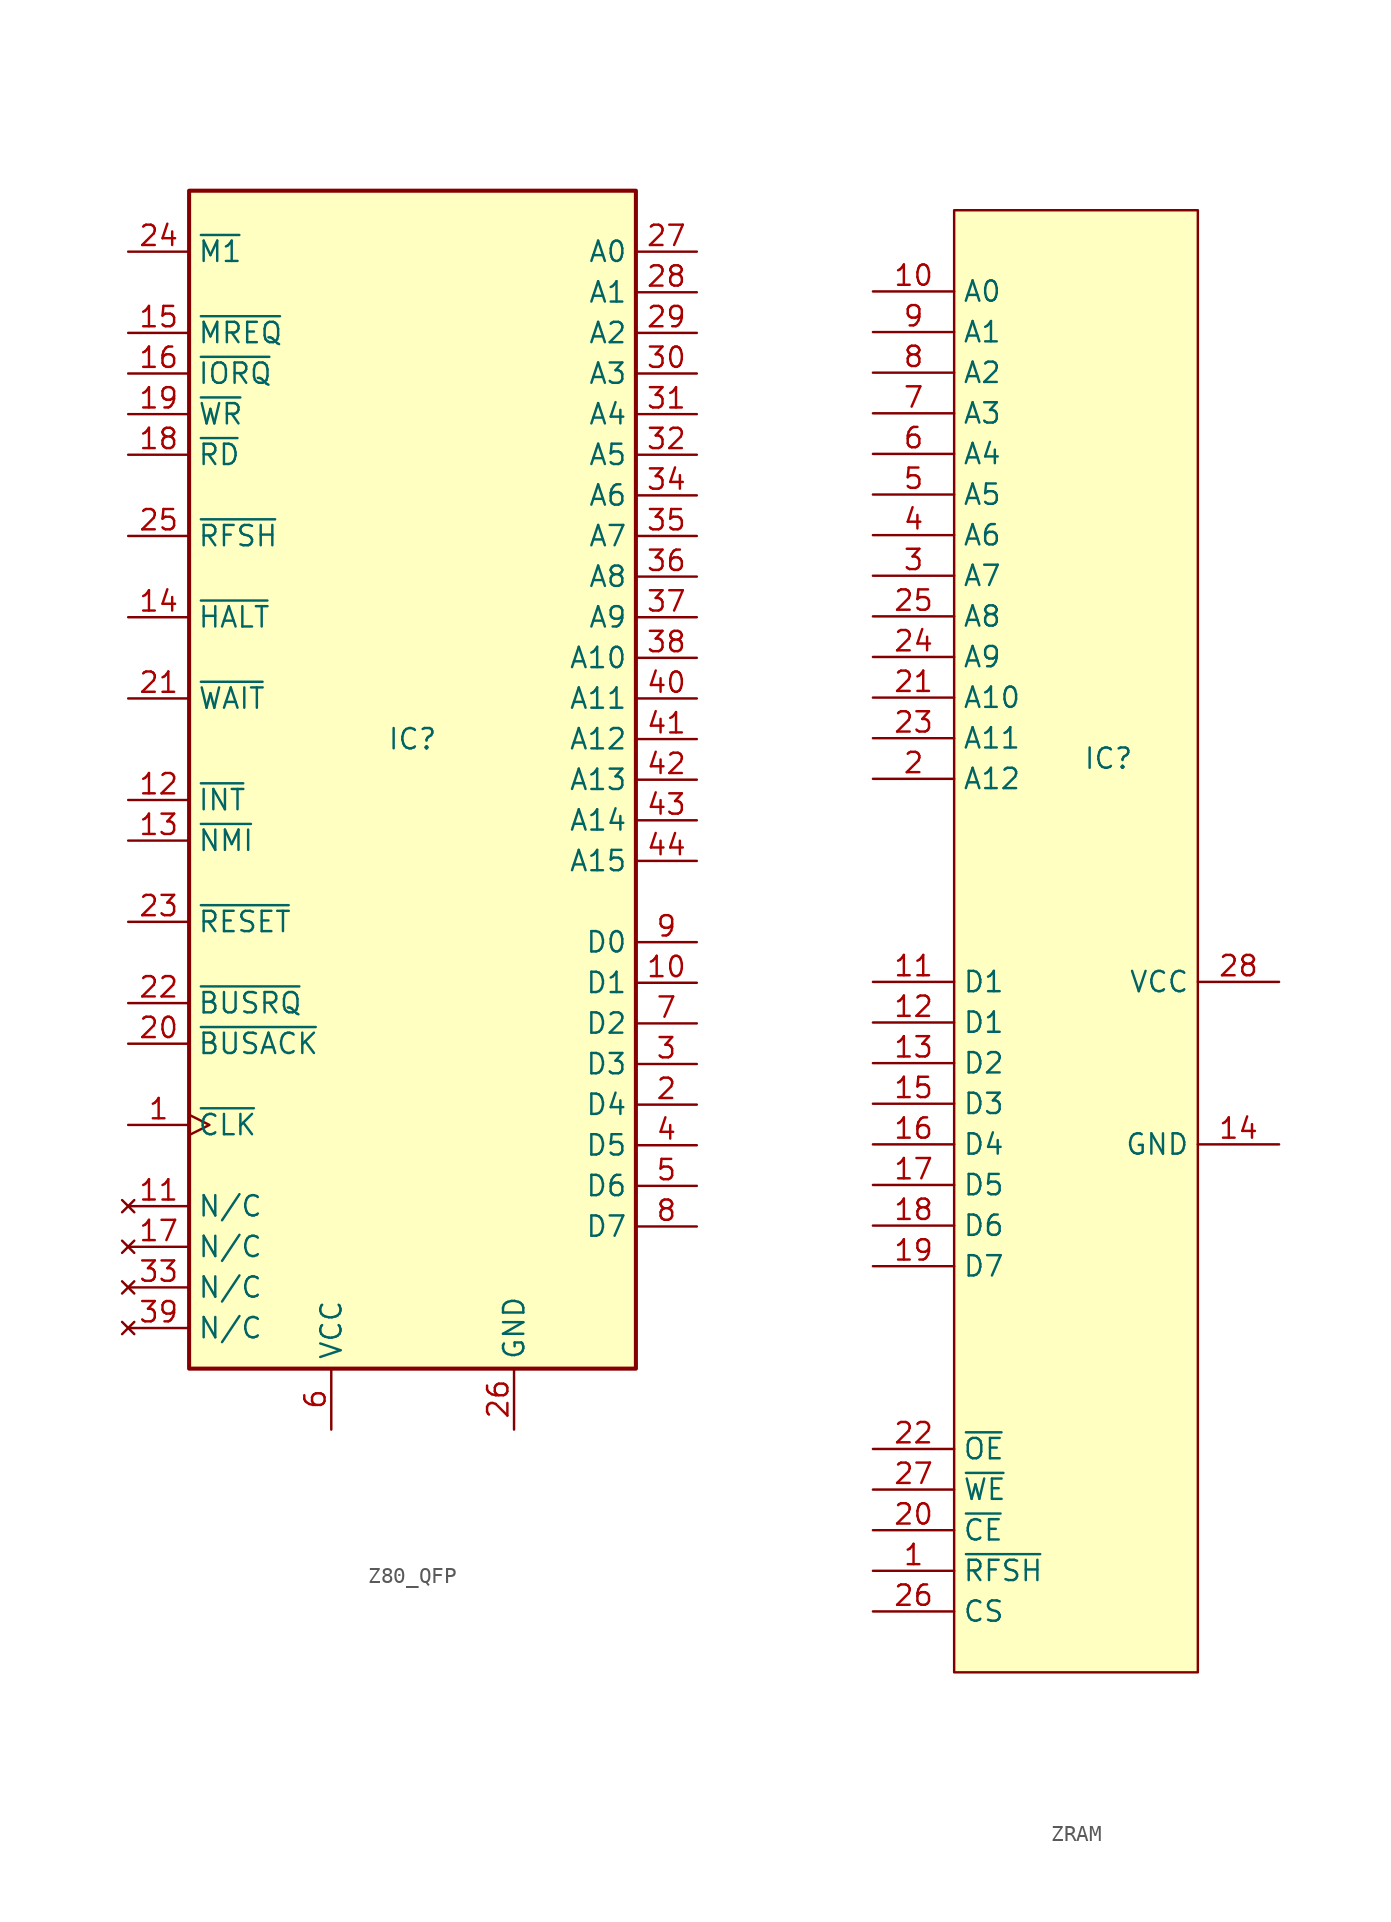
<source format=kicad_sym>
(kicad_symbol_lib
  (version 20241209)
  (generator "kicad_symbol_editor")
  (generator_version "9.0")
  (symbol "Z80_QFP"
    (property "Reference" "IC"
      (at 0 0 0)
      (effects (font (size 1.27 1.27))))
    (property "Value" ""
      (at 0 0 0)
      (effects (font (size 1.27 1.27))))
    (symbol "Z80_QFP_0_1"
      (rectangle (start -13.97 34.29) (end 13.97 -39.37) (stroke (width 0.254) (type default)) (fill (type background))))
    (symbol "Z80_QFP_1_1"
      (pin output line (at -17.78 30.48 0) (length 3.81) (name "~{M1}" (effects (font (size 1.27 1.27)))) (number "24" (effects (font (size 1.27 1.27)))))
      (pin output line (at -17.78 25.4 0) (length 3.81) (name "~{MREQ}" (effects (font (size 1.27 1.27)))) (number "15" (effects (font (size 1.27 1.27)))))
      (pin output line (at -17.78 22.86 0) (length 3.81) (name "~{IORQ}" (effects (font (size 1.27 1.27)))) (number "16" (effects (font (size 1.27 1.27)))))
      (pin output line (at -17.78 20.32 0) (length 3.81) (name "~{WR}" (effects (font (size 1.27 1.27)))) (number "19" (effects (font (size 1.27 1.27)))))
      (pin output line (at -17.78 17.78 0) (length 3.81) (name "~{RD}" (effects (font (size 1.27 1.27)))) (number "18" (effects (font (size 1.27 1.27)))))
      (pin output line (at -17.78 12.7 0) (length 3.81) (name "~{RFSH}" (effects (font (size 1.27 1.27)))) (number "25" (effects (font (size 1.27 1.27)))))
      (pin output line (at -17.78 7.62 0) (length 3.81) (name "~{HALT}" (effects (font (size 1.27 1.27)))) (number "14" (effects (font (size 1.27 1.27)))))
      (pin input line (at -17.78 2.54 0) (length 3.81) (name "~{WAIT}" (effects (font (size 1.27 1.27)))) (number "21" (effects (font (size 1.27 1.27)))))
      (pin input line (at -17.78 -3.81 0) (length 3.81) (name "~{INT}" (effects (font (size 1.27 1.27)))) (number "12" (effects (font (size 1.27 1.27)))))
      (pin input line (at -17.78 -6.35 0) (length 3.81) (name "~{NMI}" (effects (font (size 1.27 1.27)))) (number "13" (effects (font (size 1.27 1.27)))))
      (pin input line (at -17.78 -11.43 0) (length 3.81) (name "~{RESET}" (effects (font (size 1.27 1.27)))) (number "23" (effects (font (size 1.27 1.27)))))
      (pin input line (at -17.78 -16.51 0) (length 3.81) (name "~{BUSRQ}" (effects (font (size 1.27 1.27)))) (number "22" (effects (font (size 1.27 1.27)))))
      (pin output line (at -17.78 -19.05 0) (length 3.81) (name "~{BUSACK}" (effects (font (size 1.27 1.27)))) (number "20" (effects (font (size 1.27 1.27)))))
      (pin input clock (at -17.78 -24.13 0) (length 3.81) (name "~{CLK}" (effects (font (size 1.27 1.27)))) (number "1" (effects (font (size 1.27 1.27)))))
      (pin no_connect line (at -17.78 -29.21 0) (length 3.81) (name "N/C" (effects (font (size 1.27 1.27)))) (number "11" (effects (font (size 1.27 1.27)))))
      (pin no_connect line (at -17.78 -31.75 0) (length 3.81) (name "N/C" (effects (font (size 1.27 1.27)))) (number "17" (effects (font (size 1.27 1.27)))))
      (pin no_connect line (at -17.78 -34.29 0) (length 3.81) (name "N/C" (effects (font (size 1.27 1.27)))) (number "33" (effects (font (size 1.27 1.27)))))
      (pin no_connect line (at -17.78 -36.83 0) (length 3.81) (name "N/C" (effects (font (size 1.27 1.27)))) (number "39" (effects (font (size 1.27 1.27)))))
      (pin power_in line (at -5.08 -43.18 90) (length 3.81) (name "VCC" (effects (font (size 1.27 1.27)))) (number "6" (effects (font (size 1.27 1.27)))))
      (pin power_in line (at 6.35 -43.18 90) (length 3.81) (name "GND" (effects (font (size 1.27 1.27)))) (number "26" (effects (font (size 1.27 1.27)))))
      (pin output line (at 17.78 30.48 180) (length 3.81) (name "A0" (effects (font (size 1.27 1.27)))) (number "27" (effects (font (size 1.27 1.27)))))
      (pin output line (at 17.78 27.94 180) (length 3.81) (name "A1" (effects (font (size 1.27 1.27)))) (number "28" (effects (font (size 1.27 1.27)))))
      (pin output line (at 17.78 25.4 180) (length 3.81) (name "A2" (effects (font (size 1.27 1.27)))) (number "29" (effects (font (size 1.27 1.27)))))
      (pin output line (at 17.78 22.86 180) (length 3.81) (name "A3" (effects (font (size 1.27 1.27)))) (number "30" (effects (font (size 1.27 1.27)))))
      (pin output line (at 17.78 20.32 180) (length 3.81) (name "A4" (effects (font (size 1.27 1.27)))) (number "31" (effects (font (size 1.27 1.27)))))
      (pin output line (at 17.78 17.78 180) (length 3.81) (name "A5" (effects (font (size 1.27 1.27)))) (number "32" (effects (font (size 1.27 1.27)))))
      (pin output line (at 17.78 15.24 180) (length 3.81) (name "A6" (effects (font (size 1.27 1.27)))) (number "34" (effects (font (size 1.27 1.27)))))
      (pin output line (at 17.78 12.7 180) (length 3.81) (name "A7" (effects (font (size 1.27 1.27)))) (number "35" (effects (font (size 1.27 1.27)))))
      (pin output line (at 17.78 10.16 180) (length 3.81) (name "A8" (effects (font (size 1.27 1.27)))) (number "36" (effects (font (size 1.27 1.27)))))
      (pin output line (at 17.78 7.62 180) (length 3.81) (name "A9" (effects (font (size 1.27 1.27)))) (number "37" (effects (font (size 1.27 1.27)))))
      (pin output line (at 17.78 5.08 180) (length 3.81) (name "A10" (effects (font (size 1.27 1.27)))) (number "38" (effects (font (size 1.27 1.27)))))
      (pin output line (at 17.78 2.54 180) (length 3.81) (name "A11" (effects (font (size 1.27 1.27)))) (number "40" (effects (font (size 1.27 1.27)))))
      (pin output line (at 17.78 0 180) (length 3.81) (name "A12" (effects (font (size 1.27 1.27)))) (number "41" (effects (font (size 1.27 1.27)))))
      (pin output line (at 17.78 -2.54 180) (length 3.81) (name "A13" (effects (font (size 1.27 1.27)))) (number "42" (effects (font (size 1.27 1.27)))))
      (pin output line (at 17.78 -5.08 180) (length 3.81) (name "A14" (effects (font (size 1.27 1.27)))) (number "43" (effects (font (size 1.27 1.27)))))
      (pin output line (at 17.78 -7.62 180) (length 3.81) (name "A15" (effects (font (size 1.27 1.27)))) (number "44" (effects (font (size 1.27 1.27)))))
      (pin bidirectional line (at 17.78 -12.7 180) (length 3.81) (name "D0" (effects (font (size 1.27 1.27)))) (number "9" (effects (font (size 1.27 1.27)))))
      (pin bidirectional line (at 17.78 -15.24 180) (length 3.81) (name "D1" (effects (font (size 1.27 1.27)))) (number "10" (effects (font (size 1.27 1.27)))))
      (pin bidirectional line (at 17.78 -17.78 180) (length 3.81) (name "D2" (effects (font (size 1.27 1.27)))) (number "7" (effects (font (size 1.27 1.27)))))
      (pin bidirectional line (at 17.78 -20.32 180) (length 3.81) (name "D3" (effects (font (size 1.27 1.27)))) (number "3" (effects (font (size 1.27 1.27)))))
      (pin bidirectional line (at 17.78 -22.86 180) (length 3.81) (name "D4" (effects (font (size 1.27 1.27)))) (number "2" (effects (font (size 1.27 1.27)))))
      (pin bidirectional line (at 17.78 -25.4 180) (length 3.81) (name "D5" (effects (font (size 1.27 1.27)))) (number "4" (effects (font (size 1.27 1.27)))))
      (pin bidirectional line (at 17.78 -27.94 180) (length 3.81) (name "D6" (effects (font (size 1.27 1.27)))) (number "5" (effects (font (size 1.27 1.27)))))
      (pin bidirectional line (at 17.78 -30.48 180) (length 3.81) (name "D7" (effects (font (size 1.27 1.27)))) (number "8" (effects (font (size 1.27 1.27)))))))
  (symbol "ZRAM"
    (property "Reference" "IC"
      (at -1.778 0 0)
      (effects (font (size 1.27 1.27))))
    (property "Value" ""
      (at 0 0 0)
      (effects (font (size 1.27 1.27))))
    (symbol "ZRAM_1_1"
      (rectangle (start -11.43 34.29) (end 3.81 -57.15) (stroke (width 0) (type default)) (fill (type background)))
      (pin input line (at -16.51 29.21 0) (length 5.08) (name "A0" (effects (font (size 1.27 1.27)))) (number "10" (effects (font (size 1.27 1.27)))))
      (pin input line (at -16.51 26.67 0) (length 5.08) (name "A1" (effects (font (size 1.27 1.27)))) (number "9" (effects (font (size 1.27 1.27)))))
      (pin input line (at -16.51 24.13 0) (length 5.08) (name "A2" (effects (font (size 1.27 1.27)))) (number "8" (effects (font (size 1.27 1.27)))))
      (pin input line (at -16.51 21.59 0) (length 5.08) (name "A3" (effects (font (size 1.27 1.27)))) (number "7" (effects (font (size 1.27 1.27)))))
      (pin input line (at -16.51 19.05 0) (length 5.08) (name "A4" (effects (font (size 1.27 1.27)))) (number "6" (effects (font (size 1.27 1.27)))))
      (pin input line (at -16.51 16.51 0) (length 5.08) (name "A5" (effects (font (size 1.27 1.27)))) (number "5" (effects (font (size 1.27 1.27)))))
      (pin input line (at -16.51 13.97 0) (length 5.08) (name "A6" (effects (font (size 1.27 1.27)))) (number "4" (effects (font (size 1.27 1.27)))))
      (pin input line (at -16.51 11.43 0) (length 5.08) (name "A7" (effects (font (size 1.27 1.27)))) (number "3" (effects (font (size 1.27 1.27)))))
      (pin input line (at -16.51 8.89 0) (length 5.08) (name "A8" (effects (font (size 1.27 1.27)))) (number "25" (effects (font (size 1.27 1.27)))))
      (pin input line (at -16.51 6.35 0) (length 5.08) (name "A9" (effects (font (size 1.27 1.27)))) (number "24" (effects (font (size 1.27 1.27)))))
      (pin input line (at -16.51 3.81 0) (length 5.08) (name "A10" (effects (font (size 1.27 1.27)))) (number "21" (effects (font (size 1.27 1.27)))))
      (pin input line (at -16.51 1.27 0) (length 5.08) (name "A11" (effects (font (size 1.27 1.27)))) (number "23" (effects (font (size 1.27 1.27)))))
      (pin input line (at -16.51 -1.27 0) (length 5.08) (name "A12" (effects (font (size 1.27 1.27)))) (number "2" (effects (font (size 1.27 1.27)))))
      (pin bidirectional line (at -16.51 -13.97 0) (length 5.08) (name "D1" (effects (font (size 1.27 1.27)))) (number "11" (effects (font (size 1.27 1.27)))))
      (pin bidirectional line (at -16.51 -16.51 0) (length 5.08) (name "D1" (effects (font (size 1.27 1.27)))) (number "12" (effects (font (size 1.27 1.27)))))
      (pin bidirectional line (at -16.51 -19.05 0) (length 5.08) (name "D2" (effects (font (size 1.27 1.27)))) (number "13" (effects (font (size 1.27 1.27)))))
      (pin bidirectional line (at -16.51 -21.59 0) (length 5.08) (name "D3" (effects (font (size 1.27 1.27)))) (number "15" (effects (font (size 1.27 1.27)))))
      (pin bidirectional line (at -16.51 -24.13 0) (length 5.08) (name "D4" (effects (font (size 1.27 1.27)))) (number "16" (effects (font (size 1.27 1.27)))))
      (pin bidirectional line (at -16.51 -26.67 0) (length 5.08) (name "D5" (effects (font (size 1.27 1.27)))) (number "17" (effects (font (size 1.27 1.27)))))
      (pin bidirectional line (at -16.51 -29.21 0) (length 5.08) (name "D6" (effects (font (size 1.27 1.27)))) (number "18" (effects (font (size 1.27 1.27)))))
      (pin bidirectional line (at -16.51 -31.75 0) (length 5.08) (name "D7" (effects (font (size 1.27 1.27)))) (number "19" (effects (font (size 1.27 1.27)))))
      (pin input line (at -16.51 -43.18 0) (length 5.08) (name "~{OE}" (effects (font (size 1.27 1.27)))) (number "22" (effects (font (size 1.27 1.27)))))
      (pin input line (at -16.51 -45.72 0) (length 5.08) (name "~{WE}" (effects (font (size 1.27 1.27)))) (number "27" (effects (font (size 1.27 1.27)))))
      (pin input line (at -16.51 -48.26 0) (length 5.08) (name "~{CE}" (effects (font (size 1.27 1.27)))) (number "20" (effects (font (size 1.27 1.27)))))
      (pin input line (at -16.51 -50.8 0) (length 5.08) (name "~{RFSH}" (effects (font (size 1.27 1.27)))) (number "1" (effects (font (size 1.27 1.27)))))
      (pin input line (at -16.51 -53.34 0) (length 5.08) (name "CS" (effects (font (size 1.27 1.27)))) (number "26" (effects (font (size 1.27 1.27)))))
      (pin power_in line (at 8.89 -13.97 180) (length 5.08) (name "VCC" (effects (font (size 1.27 1.27)))) (number "28" (effects (font (size 1.27 1.27)))))
      (pin input line (at 8.89 -24.13 180) (length 5.08) (name "GND" (effects (font (size 1.27 1.27)))) (number "14" (effects (font (size 1.27 1.27))))))))
</source>
